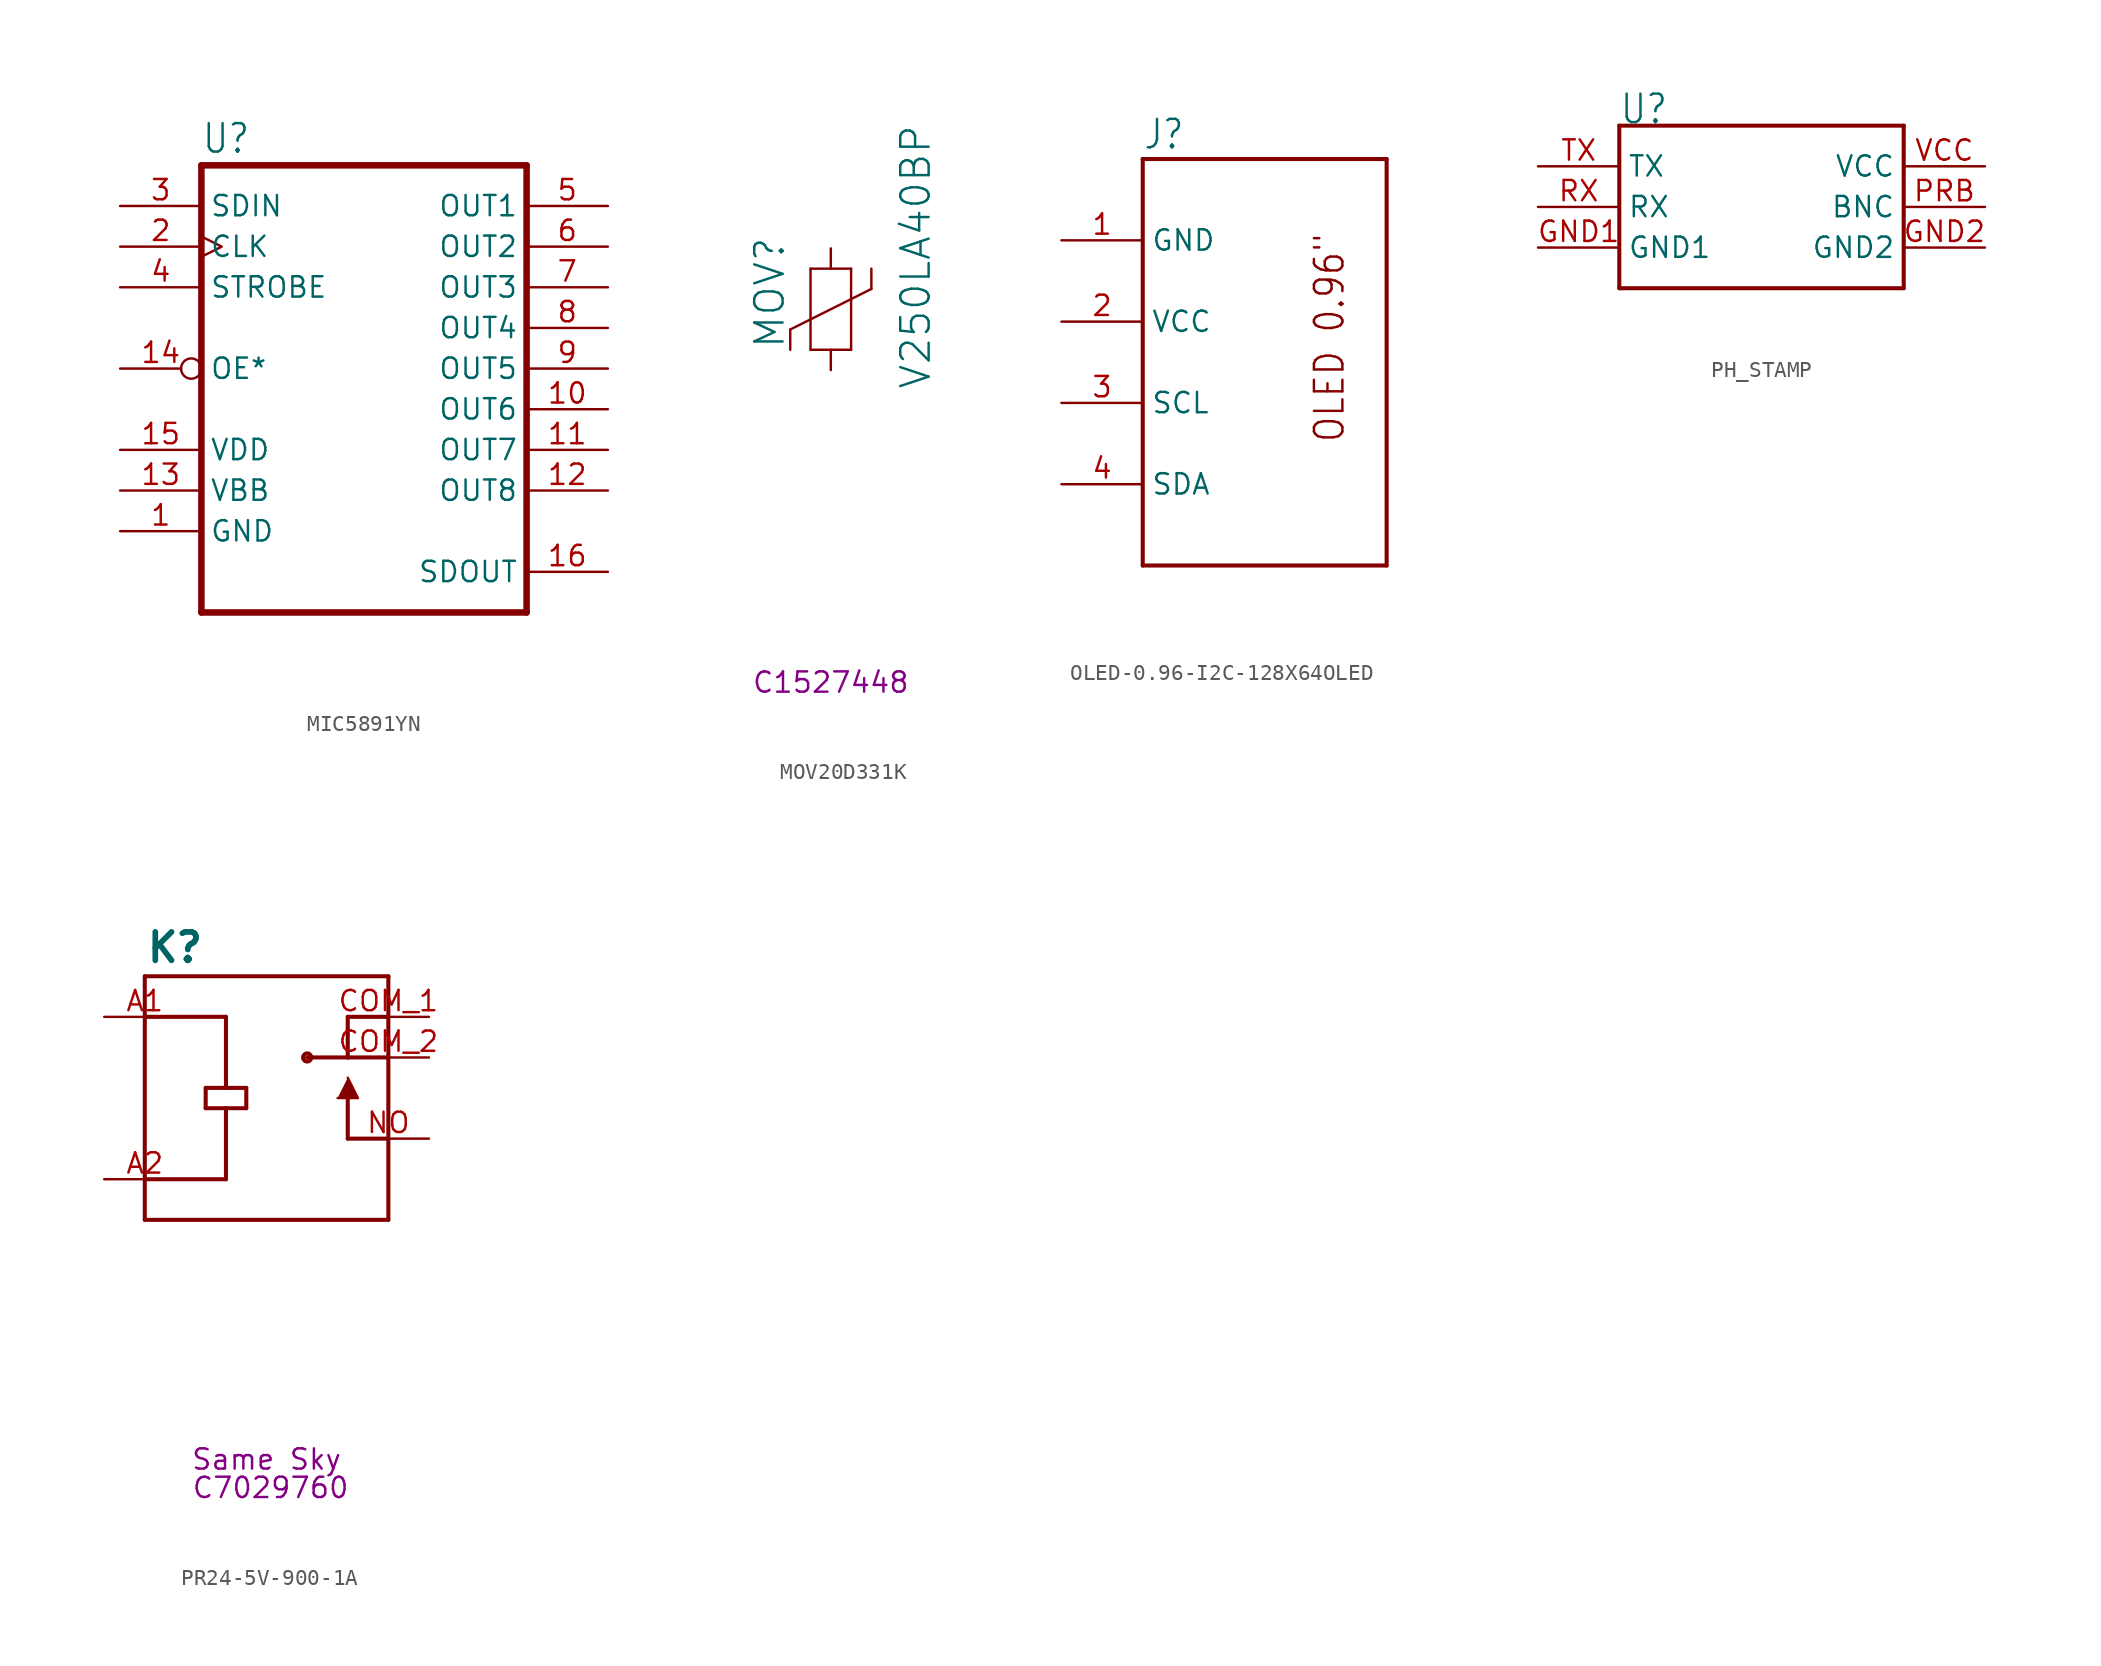
<source format=kicad_sym>
(kicad_symbol_lib
  (version 20241209)
  (generator "kicad_symbol_editor")
  (generator_version "9.0")
  (symbol "MIC5891YN"
    (property "Reference" "U"
      (at -10.16 13.335 0)
      (effects (font (size 1.778 1.511)) (justify left bottom)))
    (property "Value" ""
      (at -10.16 -17.78 0)
      (effects (font (size 1.778 1.511)) (justify left bottom)))
    (property "ki_locked" ""
      (at 0 0 0)
      (effects (font (size 1.27 1.27))))
    (symbol "MIC5891YN_1_0"
      (polyline (pts (xy -10.16 12.7) (xy -10.16 -15.24)) (stroke (width 0.406) (type solid)) (fill (type none)))
      (polyline (pts (xy -10.16 -15.24) (xy 10.16 -15.24)) (stroke (width 0.406) (type solid)) (fill (type none)))
      (polyline (pts (xy 10.16 12.7) (xy -10.16 12.7)) (stroke (width 0.406) (type solid)) (fill (type none)))
      (polyline (pts (xy 10.16 -15.24) (xy 10.16 12.7)) (stroke (width 0.406) (type solid)) (fill (type none)))
      (pin input line (at -15.24 10.16 0) (length 5.08) (name "SDIN" (effects (font (size 1.27 1.27)))) (number "3" (effects (font (size 1.27 1.27)))))
      (pin input clock (at -15.24 7.62 0) (length 5.08) (name "CLK" (effects (font (size 1.27 1.27)))) (number "2" (effects (font (size 1.27 1.27)))))
      (pin input line (at -15.24 5.08 0) (length 5.08) (name "STROBE" (effects (font (size 1.27 1.27)))) (number "4" (effects (font (size 1.27 1.27)))))
      (pin input inverted (at -15.24 0 0) (length 5.08) (name "OE*" (effects (font (size 1.27 1.27)))) (number "14" (effects (font (size 1.27 1.27)))))
      (pin power_in line (at -15.24 -5.08 0) (length 5.08) (name "VDD" (effects (font (size 1.27 1.27)))) (number "15" (effects (font (size 1.27 1.27)))))
      (pin power_in line (at -15.24 -7.62 0) (length 5.08) (name "VBB" (effects (font (size 1.27 1.27)))) (number "13" (effects (font (size 1.27 1.27)))))
      (pin power_in line (at -15.24 -10.16 0) (length 5.08) (name "GND" (effects (font (size 1.27 1.27)))) (number "1" (effects (font (size 1.27 1.27)))))
      (pin tri_state line (at 15.24 10.16 180) (length 5.08) (name "OUT1" (effects (font (size 1.27 1.27)))) (number "5" (effects (font (size 1.27 1.27)))))
      (pin tri_state line (at 15.24 7.62 180) (length 5.08) (name "OUT2" (effects (font (size 1.27 1.27)))) (number "6" (effects (font (size 1.27 1.27)))))
      (pin tri_state line (at 15.24 5.08 180) (length 5.08) (name "OUT3" (effects (font (size 1.27 1.27)))) (number "7" (effects (font (size 1.27 1.27)))))
      (pin tri_state line (at 15.24 2.54 180) (length 5.08) (name "OUT4" (effects (font (size 1.27 1.27)))) (number "8" (effects (font (size 1.27 1.27)))))
      (pin tri_state line (at 15.24 0 180) (length 5.08) (name "OUT5" (effects (font (size 1.27 1.27)))) (number "9" (effects (font (size 1.27 1.27)))))
      (pin tri_state line (at 15.24 -2.54 180) (length 5.08) (name "OUT6" (effects (font (size 1.27 1.27)))) (number "10" (effects (font (size 1.27 1.27)))))
      (pin tri_state line (at 15.24 -5.08 180) (length 5.08) (name "OUT7" (effects (font (size 1.27 1.27)))) (number "11" (effects (font (size 1.27 1.27)))))
      (pin tri_state line (at 15.24 -7.62 180) (length 5.08) (name "OUT8" (effects (font (size 1.27 1.27)))) (number "12" (effects (font (size 1.27 1.27)))))
      (pin output line (at 15.24 -12.7 180) (length 5.08) (name "SDOUT" (effects (font (size 1.27 1.27)))) (number "16" (effects (font (size 1.27 1.27)))))))
  (symbol "MOV20D331K"
    (property "Reference" "MOV"
      (at -2.794 -2.54 90)
      (effects (font (size 1.778 1.778)) (justify left bottom)))
    (property "Value" "V250LA40BP"
      (at 6.35 -5.08 90)
      (effects (font (size 1.778 1.778)) (justify left bottom)))
    (property "LCSC" "C1527448"
      (at 0 -23.368 0)
      (effects (font (size 1.27 1.27))))
    (symbol "MOV20D331K_1_0"
      (polyline (pts (xy -2.54 -1.27) (xy -2.54 -2.54)) (stroke (width 0.152) (type solid)) (fill (type none)))
      (polyline (pts (xy -1.27 2.54) (xy 1.27 2.54)) (stroke (width 0.152) (type solid)) (fill (type none)))
      (polyline (pts (xy -1.27 -2.54) (xy -1.27 2.54)) (stroke (width 0.152) (type solid)) (fill (type none)))
      (polyline (pts (xy 1.27 2.54) (xy 1.27 -2.54)) (stroke (width 0.152) (type solid)) (fill (type none)))
      (polyline (pts (xy 1.27 -2.54) (xy -1.27 -2.54)) (stroke (width 0.152) (type solid)) (fill (type none)))
      (polyline (pts (xy 2.54 1.27) (xy -2.54 -1.27)) (stroke (width 0.152) (type solid)) (fill (type none)))
      (polyline (pts (xy 2.54 1.27) (xy 2.54 2.54)) (stroke (width 0.152) (type solid)) (fill (type none)))
      (pin bidirectional line (at 0 3.81 270) (length 1.27) (name "P$1" (effects (font (size 0 0)))) (number "P$1" (effects (font (size 0 0)))))
      (pin bidirectional line (at 0 -3.81 90) (length 1.27) (name "P$2" (effects (font (size 0 0)))) (number "P$2" (effects (font (size 0 0)))))))
  (symbol "OLED-0.96-I2C-128X64OLED"
    (property "Reference" "J"
      (at 0 0.508 0)
      (effects (font (size 1.778 1.511)) (justify left bottom)))
    (property "Value" ""
      (at 0 -27.94 0)
      (effects (font (size 1.778 1.511)) (justify left bottom)))
    (property "ki_locked" ""
      (at 0 0 0)
      (effects (font (size 1.27 1.27))))
    (symbol "OLED-0.96-I2C-128X64OLED_1_0"
      (polyline (pts (xy 0 0) (xy 15.24 0)) (stroke (width 0.254) (type solid)) (fill (type none)))
      (polyline (pts (xy 0 -25.4) (xy 0 0)) (stroke (width 0.254) (type solid)) (fill (type none)))
      (polyline (pts (xy 15.24 0) (xy 15.24 -25.4)) (stroke (width 0.254) (type solid)) (fill (type none)))
      (polyline (pts (xy 15.24 -25.4) (xy 0 -25.4)) (stroke (width 0.254) (type solid)) (fill (type none)))
      (text "OLED 0.96\"" (at 12.7 -17.78 900) (effects (font (size 1.778 1.511)) (justify left bottom)))
      (pin power_in line (at -5.08 -5.08 0) (length 5.08) (name "GND" (effects (font (size 1.27 1.27)))) (number "1" (effects (font (size 1.27 1.27)))))
      (pin power_in line (at -5.08 -10.16 0) (length 5.08) (name "VCC" (effects (font (size 1.27 1.27)))) (number "2" (effects (font (size 1.27 1.27)))))
      (pin bidirectional line (at -5.08 -15.24 0) (length 5.08) (name "SCL" (effects (font (size 1.27 1.27)))) (number "3" (effects (font (size 1.27 1.27)))))
      (pin bidirectional line (at -5.08 -20.32 0) (length 5.08) (name "SDA" (effects (font (size 1.27 1.27)))) (number "4" (effects (font (size 1.27 1.27)))))))
  (symbol "PH_STAMP"
    (property "Reference" "U"
      (at 0 10.16 0)
      (effects (font (size 1.778 1.511)) (justify left bottom)))
    (property "Value" ""
      (at 0 -2.54 0)
      (effects (font (size 1.778 1.511)) (justify left bottom)))
    (property "ki_locked" ""
      (at 0 0 0)
      (effects (font (size 1.27 1.27))))
    (symbol "PH_STAMP_1_0"
      (polyline (pts (xy 0 10.16) (xy 17.78 10.16)) (stroke (width 0.254) (type solid)) (fill (type none)))
      (polyline (pts (xy 0 0) (xy 0 10.16)) (stroke (width 0.254) (type solid)) (fill (type none)))
      (polyline (pts (xy 17.78 10.16) (xy 17.78 0)) (stroke (width 0.254) (type solid)) (fill (type none)))
      (polyline (pts (xy 17.78 0) (xy 0 0)) (stroke (width 0.254) (type solid)) (fill (type none)))
      (pin bidirectional line (at -5.08 7.62 0) (length 5.08) (name "TX" (effects (font (size 1.27 1.27)))) (number "TX" (effects (font (size 1.27 1.27)))))
      (pin bidirectional line (at -5.08 5.08 0) (length 5.08) (name "RX" (effects (font (size 1.27 1.27)))) (number "RX" (effects (font (size 1.27 1.27)))))
      (pin bidirectional line (at -5.08 2.54 0) (length 5.08) (name "GND1" (effects (font (size 1.27 1.27)))) (number "GND1" (effects (font (size 1.27 1.27)))))
      (pin bidirectional line (at 22.86 7.62 180) (length 5.08) (name "VCC" (effects (font (size 1.27 1.27)))) (number "VCC" (effects (font (size 1.27 1.27)))))
      (pin bidirectional line (at 22.86 5.08 180) (length 5.08) (name "BNC" (effects (font (size 1.27 1.27)))) (number "PRB" (effects (font (size 1.27 1.27)))))
      (pin bidirectional line (at 22.86 2.54 180) (length 5.08) (name "GND2" (effects (font (size 1.27 1.27)))) (number "GND2" (effects (font (size 1.27 1.27)))))))
  (symbol "PR24-5V-900-1A"
    (property "Reference" "K"
      (at -7.62 8.382 0)
      (effects (font (size 1.778 1.778) (thickness 0.356) (bold yes)) (justify left bottom)))
    (property "MN" "Same Sky"
      (at 0 -22.606 0)
      (effects (font (size 1.27 1.27))))
    (property "LCSC" "C7029760"
      (at 0.254 -24.384 0)
      (effects (font (size 1.27 1.27))))
    (symbol "PR24-5V-900-1A_1_0"
      (polyline (pts (xy -7.62 7.62) (xy -7.62 -7.62)) (stroke (width 0.254) (type solid)) (fill (type none)))
      (polyline (pts (xy -7.62 5.08) (xy -2.54 5.08)) (stroke (width 0.254) (type solid)) (fill (type none)))
      (polyline (pts (xy -7.62 -5.08) (xy -2.54 -5.08)) (stroke (width 0.254) (type solid)) (fill (type none)))
      (polyline (pts (xy -7.62 -7.62) (xy 7.62 -7.62)) (stroke (width 0.254) (type solid)) (fill (type none)))
      (polyline (pts (xy -3.81 0.635) (xy -2.54 0.635)) (stroke (width 0.254) (type solid)) (fill (type none)))
      (polyline (pts (xy -3.81 -0.635) (xy -3.81 0.635)) (stroke (width 0.254) (type solid)) (fill (type none)))
      (polyline (pts (xy -2.54 5.08) (xy -2.54 0.635)) (stroke (width 0.254) (type solid)) (fill (type none)))
      (polyline (pts (xy -2.54 0.635) (xy -1.27 0.635)) (stroke (width 0.254) (type solid)) (fill (type none)))
      (polyline (pts (xy -2.54 -0.635) (xy -3.81 -0.635)) (stroke (width 0.254) (type solid)) (fill (type none)))
      (polyline (pts (xy -2.54 -0.635) (xy -2.54 -5.08)) (stroke (width 0.254) (type solid)) (fill (type none)))
      (polyline (pts (xy -1.27 0.635) (xy -1.27 -0.635)) (stroke (width 0.254) (type solid)) (fill (type none)))
      (polyline (pts (xy -1.27 -0.635) (xy -2.54 -0.635)) (stroke (width 0.254) (type solid)) (fill (type none)))
      (circle (center 2.54 2.54) (radius 0.254) (stroke (width 0.254) (type solid)) (fill (type none)))
      (polyline (pts (xy 4.445 0) (xy 5.715 0) (xy 5.08 1.27)) (stroke (width 0.152) (type solid)) (fill (type outline)))
      (polyline (pts (xy 5.08 5.08) (xy 5.08 2.54)) (stroke (width 0.254) (type solid)) (fill (type none)))
      (polyline (pts (xy 5.08 2.54) (xy 2.54 2.54)) (stroke (width 0.254) (type solid)) (fill (type none)))
      (polyline (pts (xy 5.08 -2.54) (xy 5.08 0)) (stroke (width 0.254) (type solid)) (fill (type none)))
      (polyline (pts (xy 7.62 7.62) (xy -7.62 7.62)) (stroke (width 0.254) (type solid)) (fill (type none)))
      (polyline (pts (xy 7.62 5.08) (xy 5.08 5.08)) (stroke (width 0.254) (type solid)) (fill (type none)))
      (polyline (pts (xy 7.62 2.54) (xy 5.08 2.54)) (stroke (width 0.254) (type solid)) (fill (type none)))
      (polyline (pts (xy 7.62 -2.54) (xy 5.08 -2.54)) (stroke (width 0.254) (type solid)) (fill (type none)))
      (polyline (pts (xy 7.62 -7.62) (xy 7.62 7.62)) (stroke (width 0.254) (type solid)) (fill (type none)))
      (pin passive line (at -10.16 5.08 0) (length 5.08) (name "COIL1" (effects (font (size 0 0)))) (number "A1" (effects (font (size 1.27 1.27)))))
      (pin passive line (at -10.16 -5.08 0) (length 5.08) (name "COIL2" (effects (font (size 0 0)))) (number "A2" (effects (font (size 1.27 1.27)))))
      (pin passive line (at 10.16 5.08 180) (length 5.08) (name "COM1" (effects (font (size 0 0)))) (number "COM_1" (effects (font (size 1.27 1.27)))))
      (pin passive line (at 10.16 2.54 180) (length 5.08) (name "COM2" (effects (font (size 0 0)))) (number "COM_2" (effects (font (size 1.27 1.27)))))
      (pin passive line (at 10.16 -2.54 180) (length 5.08) (name "NO" (effects (font (size 0 0)))) (number "NO" (effects (font (size 1.27 1.27))))))))
</source>
